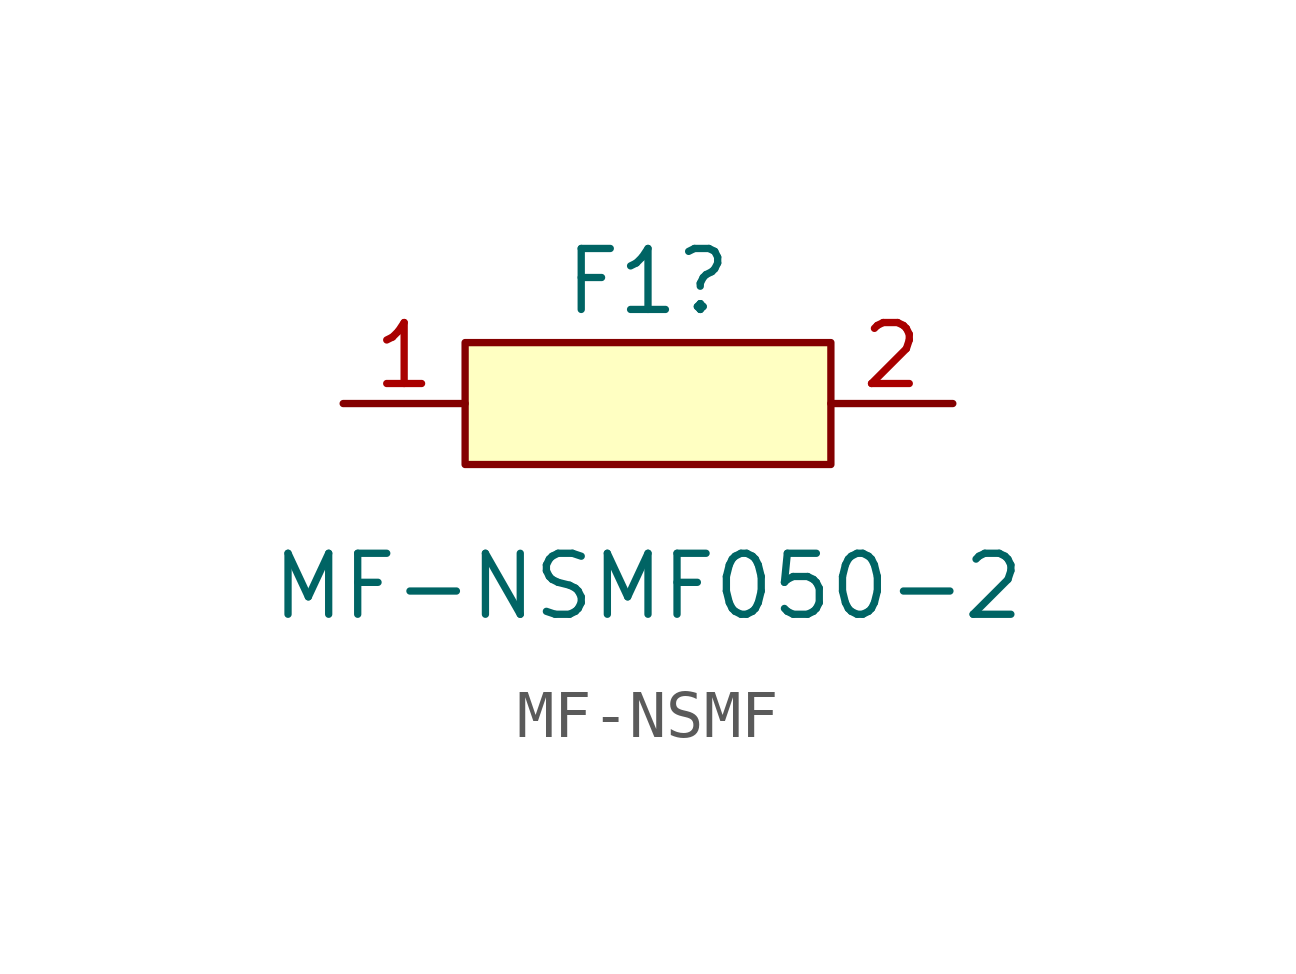
<source format=kicad_sym>
(kicad_symbol_lib
  (version 20220914)
  (generator kicad_symbol_editor)
  (symbol "MF-NSMF"
    (property "Reference" "F1"
      (at 0 2.54 0)
      (effects (font (size 1.27 1.27))))
    (property "Value" "MF-NSMF050-2"
      (at 0 -3.81 0)
      (effects (font (size 1.27 1.27))))
    (symbol "MF-NSMF_1_1"
      (rectangle (start -3.81 1.27) (end 3.81 -1.27) (stroke (width 0) (type default)) (fill (type background)))
      (pin bidirectional line (at -6.35 0 0) (length 2.54) (name "" (effects (font (size 1.27 1.27)))) (number "1" (effects (font (size 1.27 1.27)))))
      (pin bidirectional line (at 6.35 0 180) (length 2.54) (name "" (effects (font (size 1.27 1.27)))) (number "2" (effects (font (size 1.27 1.27))))))))
</source>
